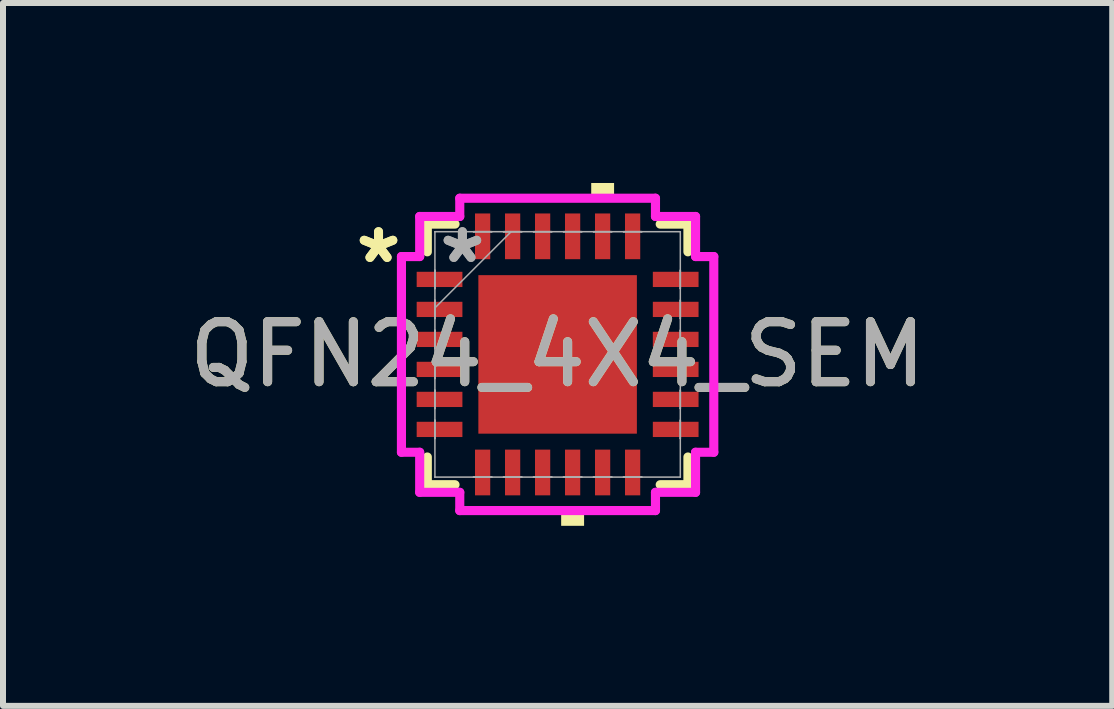
<source format=kicad_pcb>
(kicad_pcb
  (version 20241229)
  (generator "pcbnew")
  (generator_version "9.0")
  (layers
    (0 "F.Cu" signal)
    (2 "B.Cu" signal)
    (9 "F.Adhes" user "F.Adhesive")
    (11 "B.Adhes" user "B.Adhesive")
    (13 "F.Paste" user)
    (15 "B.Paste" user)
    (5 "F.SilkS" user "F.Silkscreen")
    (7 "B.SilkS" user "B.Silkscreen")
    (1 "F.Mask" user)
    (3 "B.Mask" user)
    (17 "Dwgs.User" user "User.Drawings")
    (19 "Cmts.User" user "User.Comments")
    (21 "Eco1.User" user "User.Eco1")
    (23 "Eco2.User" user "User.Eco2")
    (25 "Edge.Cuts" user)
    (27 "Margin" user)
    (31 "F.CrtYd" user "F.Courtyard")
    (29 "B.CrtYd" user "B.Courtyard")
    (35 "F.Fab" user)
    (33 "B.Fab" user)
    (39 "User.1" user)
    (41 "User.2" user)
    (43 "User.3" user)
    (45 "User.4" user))
  (footprint "QFN24_4X4_SEM"
    (layer "F.Cu")
    (at 6.244 2.857)
    (property "Reference" "QFN24_4X4_SEM" (at 0 0 0) (unlocked yes) (layer "F.SilkS") (effects (font (size 1 1) (thickness 0.15))))
    (attr smd)
    (fp_line (start -2.172 -2.172) (end -2.172 -1.71) (stroke (width 0.152) (type solid)) (layer "F.SilkS"))
    (fp_line (start -2.172 1.71) (end -2.172 2.172) (stroke (width 0.152) (type solid)) (layer "F.SilkS"))
    (fp_line (start -2.172 2.172) (end -1.71 2.172) (stroke (width 0.152) (type solid)) (layer "F.SilkS"))
    (fp_line (start -1.71 -2.172) (end -2.172 -2.172) (stroke (width 0.152) (type solid)) (layer "F.SilkS"))
    (fp_line (start 1.71 2.172) (end 2.172 2.172) (stroke (width 0.152) (type solid)) (layer "F.SilkS"))
    (fp_line (start 2.172 -2.172) (end 1.71 -2.172) (stroke (width 0.152) (type solid)) (layer "F.SilkS"))
    (fp_line (start 2.172 -1.71) (end 2.172 -2.172) (stroke (width 0.152) (type solid)) (layer "F.SilkS"))
    (fp_line (start 2.172 2.172) (end 2.172 1.71) (stroke (width 0.152) (type solid)) (layer "F.SilkS"))
    (fp_poly (pts (xy 0.059 2.603) (xy 0.059 2.857) (xy 0.441 2.857) (xy 0.441 2.603)) (stroke (width 0) (type solid)) (fill yes) (layer "F.SilkS"))
    (fp_poly (pts (xy 0.56 -2.603) (xy 0.56 -2.857) (xy 0.941 -2.857) (xy 0.941 -2.603)) (stroke (width 0) (type solid)) (fill yes) (layer "F.SilkS"))
    (fp_poly (pts (xy -1.221 -1.221) (xy -1.221 -0.1) (xy -0.1 -0.1) (xy -0.1 -1.221)) (stroke (width 0) (type solid)) (fill yes) (layer "F.Paste"))
    (fp_poly (pts (xy -1.221 0.1) (xy -1.221 1.221) (xy -0.1 1.221) (xy -0.1 0.1)) (stroke (width 0) (type solid)) (fill yes) (layer "F.Paste"))
    (fp_poly (pts (xy 0.1 -1.221) (xy 0.1 -0.1) (xy 1.221 -0.1) (xy 1.221 -1.221)) (stroke (width 0) (type solid)) (fill yes) (layer "F.Paste"))
    (fp_poly (pts (xy 0.1 0.1) (xy 0.1 1.221) (xy 1.221 1.221) (xy 1.221 0.1)) (stroke (width 0) (type solid)) (fill yes) (layer "F.Paste"))
    (fp_line (start -2.603 -1.631) (end -2.299 -1.631) (stroke (width 0.152) (type solid)) (layer "F.CrtYd"))
    (fp_line (start -2.603 1.631) (end -2.603 -1.631) (stroke (width 0.152) (type solid)) (layer "F.CrtYd"))
    (fp_line (start -2.299 -2.299) (end -1.631 -2.299) (stroke (width 0.152) (type solid)) (layer "F.CrtYd"))
    (fp_line (start -2.299 -1.631) (end -2.299 -2.299) (stroke (width 0.152) (type solid)) (layer "F.CrtYd"))
    (fp_line (start -2.299 1.631) (end -2.603 1.631) (stroke (width 0.152) (type solid)) (layer "F.CrtYd"))
    (fp_line (start -2.299 2.299) (end -2.299 1.631) (stroke (width 0.152) (type solid)) (layer "F.CrtYd"))
    (fp_line (start -1.631 -2.603) (end 1.631 -2.603) (stroke (width 0.152) (type solid)) (layer "F.CrtYd"))
    (fp_line (start -1.631 -2.299) (end -1.631 -2.603) (stroke (width 0.152) (type solid)) (layer "F.CrtYd"))
    (fp_line (start -1.631 2.299) (end -2.299 2.299) (stroke (width 0.152) (type solid)) (layer "F.CrtYd"))
    (fp_line (start -1.631 2.603) (end -1.631 2.299) (stroke (width 0.152) (type solid)) (layer "F.CrtYd"))
    (fp_line (start 1.631 -2.603) (end 1.631 -2.299) (stroke (width 0.152) (type solid)) (layer "F.CrtYd"))
    (fp_line (start 1.631 -2.299) (end 2.299 -2.299) (stroke (width 0.152) (type solid)) (layer "F.CrtYd"))
    (fp_line (start 1.631 2.299) (end 1.631 2.603) (stroke (width 0.152) (type solid)) (layer "F.CrtYd"))
    (fp_line (start 1.631 2.603) (end -1.631 2.603) (stroke (width 0.152) (type solid)) (layer "F.CrtYd"))
    (fp_line (start 2.299 -2.299) (end 2.299 -1.631) (stroke (width 0.152) (type solid)) (layer "F.CrtYd"))
    (fp_line (start 2.299 -1.631) (end 2.603 -1.631) (stroke (width 0.152) (type solid)) (layer "F.CrtYd"))
    (fp_line (start 2.299 1.631) (end 2.299 2.299) (stroke (width 0.152) (type solid)) (layer "F.CrtYd"))
    (fp_line (start 2.299 2.299) (end 1.631 2.299) (stroke (width 0.152) (type solid)) (layer "F.CrtYd"))
    (fp_line (start 2.603 -1.631) (end 2.603 1.631) (stroke (width 0.152) (type solid)) (layer "F.CrtYd"))
    (fp_line (start 2.603 1.631) (end 2.299 1.631) (stroke (width 0.152) (type solid)) (layer "F.CrtYd"))
    (fp_line (start -2.045 -2.045) (end -2.045 -2.045) (stroke (width 0.025) (type solid)) (layer "F.Fab"))
    (fp_line (start -2.045 -2.045) (end -2.045 2.045) (stroke (width 0.025) (type solid)) (layer "F.Fab"))
    (fp_line (start -2.045 -1.402) (end -2.045 -1.402) (stroke (width 0.025) (type solid)) (layer "F.Fab"))
    (fp_line (start -2.045 -1.402) (end -2.045 -1.098) (stroke (width 0.025) (type solid)) (layer "F.Fab"))
    (fp_line (start -2.045 -1.098) (end -2.045 -1.402) (stroke (width 0.025) (type solid)) (layer "F.Fab"))
    (fp_line (start -2.045 -1.098) (end -2.045 -1.098) (stroke (width 0.025) (type solid)) (layer "F.Fab"))
    (fp_line (start -2.045 -0.902) (end -2.045 -0.902) (stroke (width 0.025) (type solid)) (layer "F.Fab"))
    (fp_line (start -2.045 -0.902) (end -2.045 -0.598) (stroke (width 0.025) (type solid)) (layer "F.Fab"))
    (fp_line (start -2.045 -0.775) (end -0.775 -2.045) (stroke (width 0.025) (type solid)) (layer "F.Fab"))
    (fp_line (start -2.045 -0.598) (end -2.045 -0.902) (stroke (width 0.025) (type solid)) (layer "F.Fab"))
    (fp_line (start -2.045 -0.598) (end -2.045 -0.598) (stroke (width 0.025) (type solid)) (layer "F.Fab"))
    (fp_line (start -2.045 -0.402) (end -2.045 -0.402) (stroke (width 0.025) (type solid)) (layer "F.Fab"))
    (fp_line (start -2.045 -0.402) (end -2.045 -0.098) (stroke (width 0.025) (type solid)) (layer "F.Fab"))
    (fp_line (start -2.045 -0.098) (end -2.045 -0.402) (stroke (width 0.025) (type solid)) (layer "F.Fab"))
    (fp_line (start -2.045 -0.098) (end -2.045 -0.098) (stroke (width 0.025) (type solid)) (layer "F.Fab"))
    (fp_line (start -2.045 0.098) (end -2.045 0.098) (stroke (width 0.025) (type solid)) (layer "F.Fab"))
    (fp_line (start -2.045 0.098) (end -2.045 0.402) (stroke (width 0.025) (type solid)) (layer "F.Fab"))
    (fp_line (start -2.045 0.402) (end -2.045 0.098) (stroke (width 0.025) (type solid)) (layer "F.Fab"))
    (fp_line (start -2.045 0.402) (end -2.045 0.402) (stroke (width 0.025) (type solid)) (layer "F.Fab"))
    (fp_line (start -2.045 0.598) (end -2.045 0.598) (stroke (width 0.025) (type solid)) (layer "F.Fab"))
    (fp_line (start -2.045 0.598) (end -2.045 0.902) (stroke (width 0.025) (type solid)) (layer "F.Fab"))
    (fp_line (start -2.045 0.902) (end -2.045 0.598) (stroke (width 0.025) (type solid)) (layer "F.Fab"))
    (fp_line (start -2.045 0.902) (end -2.045 0.902) (stroke (width 0.025) (type solid)) (layer "F.Fab"))
    (fp_line (start -2.045 1.098) (end -2.045 1.098) (stroke (width 0.025) (type solid)) (layer "F.Fab"))
    (fp_line (start -2.045 1.098) (end -2.045 1.402) (stroke (width 0.025) (type solid)) (layer "F.Fab"))
    (fp_line (start -2.045 1.402) (end -2.045 1.098) (stroke (width 0.025) (type solid)) (layer "F.Fab"))
    (fp_line (start -2.045 1.402) (end -2.045 1.402) (stroke (width 0.025) (type solid)) (layer "F.Fab"))
    (fp_line (start -2.045 2.045) (end -2.045 2.045) (stroke (width 0.025) (type solid)) (layer "F.Fab"))
    (fp_line (start -2.045 2.045) (end 2.045 2.045) (stroke (width 0.025) (type solid)) (layer "F.Fab"))
    (fp_line (start -1.402 -2.045) (end -1.402 -2.045) (stroke (width 0.025) (type solid)) (layer "F.Fab"))
    (fp_line (start -1.402 -2.045) (end -1.098 -2.045) (stroke (width 0.025) (type solid)) (layer "F.Fab"))
    (fp_line (start -1.402 2.045) (end -1.402 2.045) (stroke (width 0.025) (type solid)) (layer "F.Fab"))
    (fp_line (start -1.402 2.045) (end -1.098 2.045) (stroke (width 0.025) (type solid)) (layer "F.Fab"))
    (fp_line (start -1.098 -2.045) (end -1.402 -2.045) (stroke (width 0.025) (type solid)) (layer "F.Fab"))
    (fp_line (start -1.098 -2.045) (end -1.098 -2.045) (stroke (width 0.025) (type solid)) (layer "F.Fab"))
    (fp_line (start -1.098 2.045) (end -1.402 2.045) (stroke (width 0.025) (type solid)) (layer "F.Fab"))
    (fp_line (start -1.098 2.045) (end -1.098 2.045) (stroke (width 0.025) (type solid)) (layer "F.Fab"))
    (fp_line (start -0.902 -2.045) (end -0.902 -2.045) (stroke (width 0.025) (type solid)) (layer "F.Fab"))
    (fp_line (start -0.902 -2.045) (end -0.598 -2.045) (stroke (width 0.025) (type solid)) (layer "F.Fab"))
    (fp_line (start -0.902 2.045) (end -0.902 2.045) (stroke (width 0.025) (type solid)) (layer "F.Fab"))
    (fp_line (start -0.902 2.045) (end -0.598 2.045) (stroke (width 0.025) (type solid)) (layer "F.Fab"))
    (fp_line (start -0.598 -2.045) (end -0.902 -2.045) (stroke (width 0.025) (type solid)) (layer "F.Fab"))
    (fp_line (start -0.598 -2.045) (end -0.598 -2.045) (stroke (width 0.025) (type solid)) (layer "F.Fab"))
    (fp_line (start -0.598 2.045) (end -0.902 2.045) (stroke (width 0.025) (type solid)) (layer "F.Fab"))
    (fp_line (start -0.598 2.045) (end -0.598 2.045) (stroke (width 0.025) (type solid)) (layer "F.Fab"))
    (fp_line (start -0.402 -2.045) (end -0.402 -2.045) (stroke (width 0.025) (type solid)) (layer "F.Fab"))
    (fp_line (start -0.402 -2.045) (end -0.098 -2.045) (stroke (width 0.025) (type solid)) (layer "F.Fab"))
    (fp_line (start -0.402 2.045) (end -0.402 2.045) (stroke (width 0.025) (type solid)) (layer "F.Fab"))
    (fp_line (start -0.402 2.045) (end -0.098 2.045) (stroke (width 0.025) (type solid)) (layer "F.Fab"))
    (fp_line (start -0.098 -2.045) (end -0.402 -2.045) (stroke (width 0.025) (type solid)) (layer "F.Fab"))
    (fp_line (start -0.098 -2.045) (end -0.098 -2.045) (stroke (width 0.025) (type solid)) (layer "F.Fab"))
    (fp_line (start -0.098 2.045) (end -0.402 2.045) (stroke (width 0.025) (type solid)) (layer "F.Fab"))
    (fp_line (start -0.098 2.045) (end -0.098 2.045) (stroke (width 0.025) (type solid)) (layer "F.Fab"))
    (fp_line (start 0.098 -2.045) (end 0.098 -2.045) (stroke (width 0.025) (type solid)) (layer "F.Fab"))
    (fp_line (start 0.098 -2.045) (end 0.402 -2.045) (stroke (width 0.025) (type solid)) (layer "F.Fab"))
    (fp_line (start 0.098 2.045) (end 0.098 2.045) (stroke (width 0.025) (type solid)) (layer "F.Fab"))
    (fp_line (start 0.098 2.045) (end 0.402 2.045) (stroke (width 0.025) (type solid)) (layer "F.Fab"))
    (fp_line (start 0.402 -2.045) (end 0.098 -2.045) (stroke (width 0.025) (type solid)) (layer "F.Fab"))
    (fp_line (start 0.402 -2.045) (end 0.402 -2.045) (stroke (width 0.025) (type solid)) (layer "F.Fab"))
    (fp_line (start 0.402 2.045) (end 0.098 2.045) (stroke (width 0.025) (type solid)) (layer "F.Fab"))
    (fp_line (start 0.402 2.045) (end 0.402 2.045) (stroke (width 0.025) (type solid)) (layer "F.Fab"))
    (fp_line (start 0.598 -2.045) (end 0.598 -2.045) (stroke (width 0.025) (type solid)) (layer "F.Fab"))
    (fp_line (start 0.598 -2.045) (end 0.902 -2.045) (stroke (width 0.025) (type solid)) (layer "F.Fab"))
    (fp_line (start 0.598 2.045) (end 0.598 2.045) (stroke (width 0.025) (type solid)) (layer "F.Fab"))
    (fp_line (start 0.598 2.045) (end 0.902 2.045) (stroke (width 0.025) (type solid)) (layer "F.Fab"))
    (fp_line (start 0.902 -2.045) (end 0.598 -2.045) (stroke (width 0.025) (type solid)) (layer "F.Fab"))
    (fp_line (start 0.902 -2.045) (end 0.902 -2.045) (stroke (width 0.025) (type solid)) (layer "F.Fab"))
    (fp_line (start 0.902 2.045) (end 0.598 2.045) (stroke (width 0.025) (type solid)) (layer "F.Fab"))
    (fp_line (start 0.902 2.045) (end 0.902 2.045) (stroke (width 0.025) (type solid)) (layer "F.Fab"))
    (fp_line (start 1.098 -2.045) (end 1.098 -2.045) (stroke (width 0.025) (type solid)) (layer "F.Fab"))
    (fp_line (start 1.098 -2.045) (end 1.402 -2.045) (stroke (width 0.025) (type solid)) (layer "F.Fab"))
    (fp_line (start 1.098 2.045) (end 1.098 2.045) (stroke (width 0.025) (type solid)) (layer "F.Fab"))
    (fp_line (start 1.098 2.045) (end 1.402 2.045) (stroke (width 0.025) (type solid)) (layer "F.Fab"))
    (fp_line (start 1.402 -2.045) (end 1.098 -2.045) (stroke (width 0.025) (type solid)) (layer "F.Fab"))
    (fp_line (start 1.402 -2.045) (end 1.402 -2.045) (stroke (width 0.025) (type solid)) (layer "F.Fab"))
    (fp_line (start 1.402 2.045) (end 1.098 2.045) (stroke (width 0.025) (type solid)) (layer "F.Fab"))
    (fp_line (start 1.402 2.045) (end 1.402 2.045) (stroke (width 0.025) (type solid)) (layer "F.Fab"))
    (fp_line (start 2.045 -2.045) (end -2.045 -2.045) (stroke (width 0.025) (type solid)) (layer "F.Fab"))
    (fp_line (start 2.045 -2.045) (end 2.045 -2.045) (stroke (width 0.025) (type solid)) (layer "F.Fab"))
    (fp_line (start 2.045 -1.402) (end 2.045 -1.402) (stroke (width 0.025) (type solid)) (layer "F.Fab"))
    (fp_line (start 2.045 -1.402) (end 2.045 -1.098) (stroke (width 0.025) (type solid)) (layer "F.Fab"))
    (fp_line (start 2.045 -1.098) (end 2.045 -1.402) (stroke (width 0.025) (type solid)) (layer "F.Fab"))
    (fp_line (start 2.045 -1.098) (end 2.045 -1.098) (stroke (width 0.025) (type solid)) (layer "F.Fab"))
    (fp_line (start 2.045 -0.902) (end 2.045 -0.902) (stroke (width 0.025) (type solid)) (layer "F.Fab"))
    (fp_line (start 2.045 -0.902) (end 2.045 -0.598) (stroke (width 0.025) (type solid)) (layer "F.Fab"))
    (fp_line (start 2.045 -0.598) (end 2.045 -0.902) (stroke (width 0.025) (type solid)) (layer "F.Fab"))
    (fp_line (start 2.045 -0.598) (end 2.045 -0.598) (stroke (width 0.025) (type solid)) (layer "F.Fab"))
    (fp_line (start 2.045 -0.402) (end 2.045 -0.402) (stroke (width 0.025) (type solid)) (layer "F.Fab"))
    (fp_line (start 2.045 -0.402) (end 2.045 -0.098) (stroke (width 0.025) (type solid)) (layer "F.Fab"))
    (fp_line (start 2.045 -0.098) (end 2.045 -0.402) (stroke (width 0.025) (type solid)) (layer "F.Fab"))
    (fp_line (start 2.045 -0.098) (end 2.045 -0.098) (stroke (width 0.025) (type solid)) (layer "F.Fab"))
    (fp_line (start 2.045 0.098) (end 2.045 0.098) (stroke (width 0.025) (type solid)) (layer "F.Fab"))
    (fp_line (start 2.045 0.098) (end 2.045 0.402) (stroke (width 0.025) (type solid)) (layer "F.Fab"))
    (fp_line (start 2.045 0.402) (end 2.045 0.098) (stroke (width 0.025) (type solid)) (layer "F.Fab"))
    (fp_line (start 2.045 0.402) (end 2.045 0.402) (stroke (width 0.025) (type solid)) (layer "F.Fab"))
    (fp_line (start 2.045 0.598) (end 2.045 0.598) (stroke (width 0.025) (type solid)) (layer "F.Fab"))
    (fp_line (start 2.045 0.598) (end 2.045 0.902) (stroke (width 0.025) (type solid)) (layer "F.Fab"))
    (fp_line (start 2.045 0.902) (end 2.045 0.598) (stroke (width 0.025) (type solid)) (layer "F.Fab"))
    (fp_line (start 2.045 0.902) (end 2.045 0.902) (stroke (width 0.025) (type solid)) (layer "F.Fab"))
    (fp_line (start 2.045 1.098) (end 2.045 1.098) (stroke (width 0.025) (type solid)) (layer "F.Fab"))
    (fp_line (start 2.045 1.098) (end 2.045 1.402) (stroke (width 0.025) (type solid)) (layer "F.Fab"))
    (fp_line (start 2.045 1.402) (end 2.045 1.098) (stroke (width 0.025) (type solid)) (layer "F.Fab"))
    (fp_line (start 2.045 1.402) (end 2.045 1.402) (stroke (width 0.025) (type solid)) (layer "F.Fab"))
    (fp_line (start 2.045 2.045) (end 2.045 -2.045) (stroke (width 0.025) (type solid)) (layer "F.Fab"))
    (fp_line (start 2.045 2.045) (end 2.045 2.045) (stroke (width 0.025) (type solid)) (layer "F.Fab"))
    (fp_text user "*" (at -2.985 -1.5 0) (layer "F.SilkS") (effects (font (size 1 1) (thickness 0.15))))
    (fp_text user "*" (at -2.985 -1.5 0) (unlocked yes) (layer "F.SilkS") (effects (font (size 1 1) (thickness 0.15))))
    (fp_text user "*" (at -1.587 -1.5 0) (unlocked yes) (layer "F.Fab") (effects (font (size 1 1) (thickness 0.15))))
    (fp_text user "${REFERENCE}" (at 0 0 0) (unlocked yes) (layer "F.Fab") (effects (font (size 1 1) (thickness 0.15))))
    (fp_text user "*" (at -1.587 -1.5 0) (layer "F.Fab") (effects (font (size 1 1) (thickness 0.15))))
    (pad "1" smd rect (at -1.968 -1.25 90) (size 0.254 0.762) (layers "F.Cu" "F.Mask" "F.Paste"))
    (pad "2" smd rect (at -1.968 -0.75 90) (size 0.254 0.762) (layers "F.Cu" "F.Mask" "F.Paste"))
    (pad "3" smd rect (at -1.968 -0.25 90) (size 0.254 0.762) (layers "F.Cu" "F.Mask" "F.Paste"))
    (pad "4" smd rect (at -1.968 0.25 90) (size 0.254 0.762) (layers "F.Cu" "F.Mask" "F.Paste"))
    (pad "5" smd rect (at -1.968 0.75 90) (size 0.254 0.762) (layers "F.Cu" "F.Mask" "F.Paste"))
    (pad "6" smd rect (at -1.968 1.25 90) (size 0.254 0.762) (layers "F.Cu" "F.Mask" "F.Paste"))
    (pad "7" smd rect (at -1.25 1.968) (size 0.254 0.762) (layers "F.Cu" "F.Mask" "F.Paste"))
    (pad "8" smd rect (at -0.75 1.968) (size 0.254 0.762) (layers "F.Cu" "F.Mask" "F.Paste"))
    (pad "9" smd rect (at -0.25 1.968) (size 0.254 0.762) (layers "F.Cu" "F.Mask" "F.Paste"))
    (pad "10" smd rect (at 0.25 1.968) (size 0.254 0.762) (layers "F.Cu" "F.Mask" "F.Paste"))
    (pad "11" smd rect (at 0.75 1.968) (size 0.254 0.762) (layers "F.Cu" "F.Mask" "F.Paste"))
    (pad "12" smd rect (at 1.25 1.968) (size 0.254 0.762) (layers "F.Cu" "F.Mask" "F.Paste"))
    (pad "13" smd rect (at 1.968 1.25 90) (size 0.254 0.762) (layers "F.Cu" "F.Mask" "F.Paste"))
    (pad "14" smd rect (at 1.968 0.75 90) (size 0.254 0.762) (layers "F.Cu" "F.Mask" "F.Paste"))
    (pad "15" smd rect (at 1.968 0.25 90) (size 0.254 0.762) (layers "F.Cu" "F.Mask" "F.Paste"))
    (pad "16" smd rect (at 1.968 -0.25 90) (size 0.254 0.762) (layers "F.Cu" "F.Mask" "F.Paste"))
    (pad "17" smd rect (at 1.968 -0.75 90) (size 0.254 0.762) (layers "F.Cu" "F.Mask" "F.Paste"))
    (pad "18" smd rect (at 1.968 -1.25 90) (size 0.254 0.762) (layers "F.Cu" "F.Mask" "F.Paste"))
    (pad "19" smd rect (at 1.25 -1.968) (size 0.254 0.762) (layers "F.Cu" "F.Mask" "F.Paste"))
    (pad "20" smd rect (at 0.75 -1.968) (size 0.254 0.762) (layers "F.Cu" "F.Mask" "F.Paste"))
    (pad "21" smd rect (at 0.25 -1.968) (size 0.254 0.762) (layers "F.Cu" "F.Mask" "F.Paste"))
    (pad "22" smd rect (at -0.25 -1.968) (size 0.254 0.762) (layers "F.Cu" "F.Mask" "F.Paste"))
    (pad "23" smd rect (at -0.75 -1.968) (size 0.254 0.762) (layers "F.Cu" "F.Mask" "F.Paste"))
    (pad "24" smd rect (at -1.25 -1.968) (size 0.254 0.762) (layers "F.Cu" "F.Mask" "F.Paste"))
    (pad "25" smd rect (at 0 0) (size 2.642 2.642) (layers "F.Cu" "F.Mask" "F.Paste")))
  (gr_rect
    (start -3 -3)
    (end 15.488 8.715)
    (stroke (width 0.1) (type default))
    (fill no)
    (layer "Edge.Cuts")))
</source>
